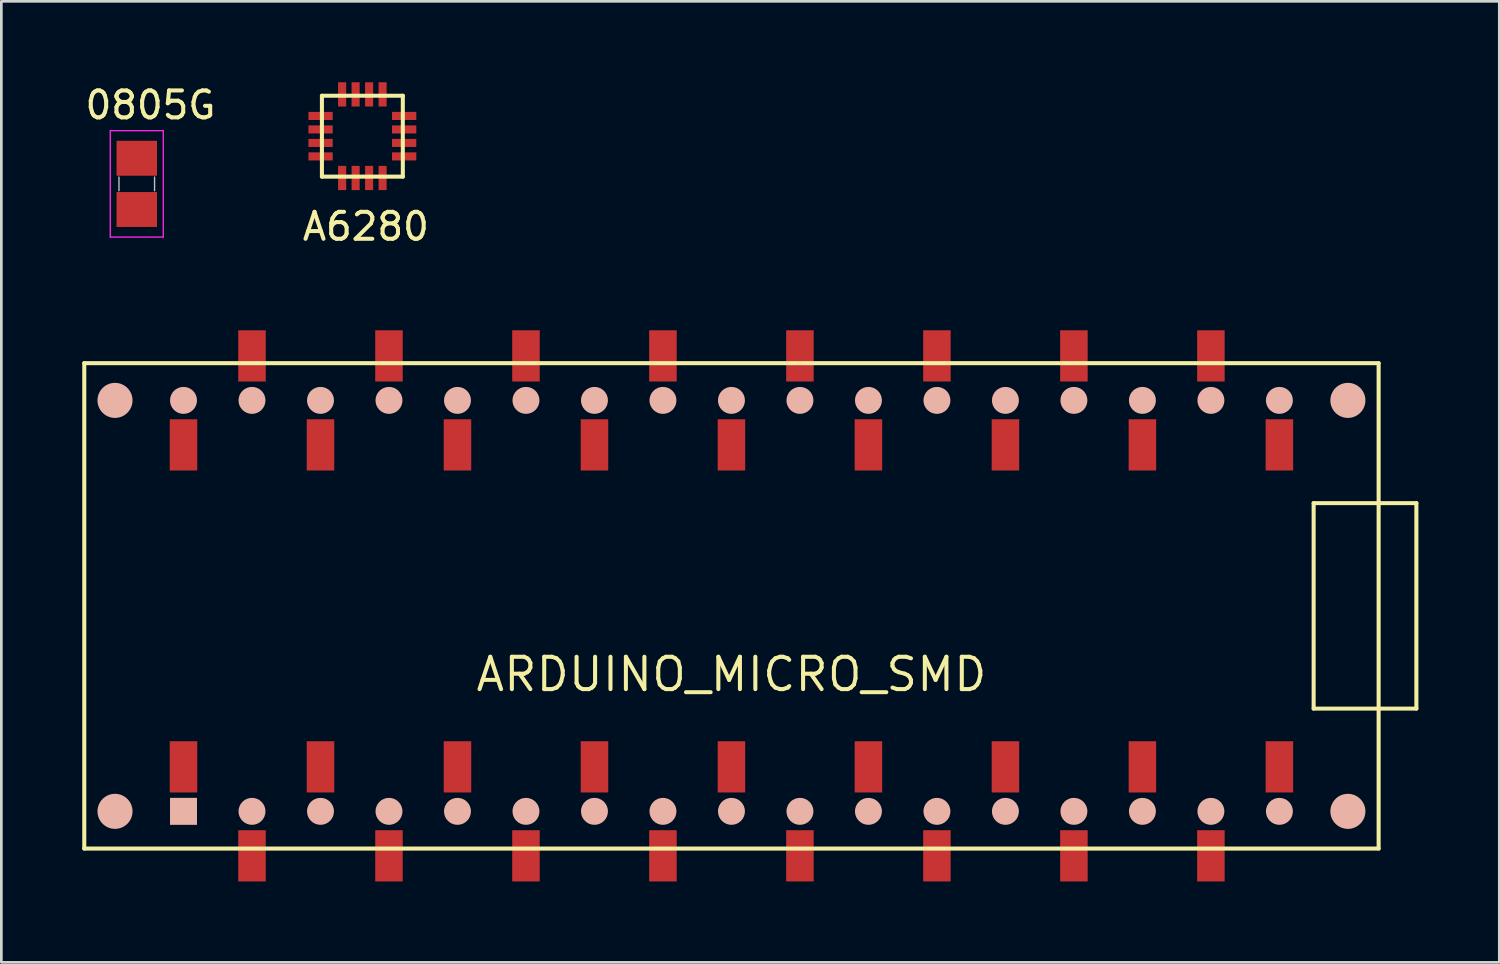
<source format=kicad_pcb>
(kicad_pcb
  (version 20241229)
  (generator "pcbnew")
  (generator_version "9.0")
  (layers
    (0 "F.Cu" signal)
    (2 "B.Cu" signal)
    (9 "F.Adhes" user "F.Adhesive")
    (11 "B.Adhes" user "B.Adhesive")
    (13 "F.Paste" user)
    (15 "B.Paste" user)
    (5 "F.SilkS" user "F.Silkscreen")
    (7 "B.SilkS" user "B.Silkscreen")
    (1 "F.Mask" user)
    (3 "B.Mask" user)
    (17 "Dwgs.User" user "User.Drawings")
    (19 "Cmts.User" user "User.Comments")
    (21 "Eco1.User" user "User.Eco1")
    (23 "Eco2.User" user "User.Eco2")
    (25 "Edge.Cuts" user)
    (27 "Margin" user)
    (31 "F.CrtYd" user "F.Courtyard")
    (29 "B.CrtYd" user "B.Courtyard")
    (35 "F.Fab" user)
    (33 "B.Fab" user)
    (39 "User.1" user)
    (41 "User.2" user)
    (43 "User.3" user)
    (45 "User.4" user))
  (footprint "ARDUINO_MICRO_SMD"
    (layer "F.Cu")
    (at 24.075 19.418)
    (property "Reference" "ARDUINO_MICRO_SMD" (at 0 2.54 0) (layer "F.SilkS") (effects (font (size 1.2 1.2) (thickness 0.15))))
    (attr through_hole)
    (fp_line (start -24 -9) (end -24 9) (stroke (width 0.15) (type solid)) (layer "F.SilkS"))
    (fp_line (start -24 -9) (end 24 -9) (stroke (width 0.15) (type solid)) (layer "F.SilkS"))
    (fp_line (start -24 9) (end 24 9) (stroke (width 0.15) (type solid)) (layer "F.SilkS"))
    (fp_line (start 21.59 3.81) (end 21.59 -3.81) (stroke (width 0.15) (type solid)) (layer "F.SilkS"))
    (fp_line (start 24 9) (end 24 -9) (stroke (width 0.15) (type solid)) (layer "F.SilkS"))
    (fp_line (start 25.4 -3.81) (end 21.59 -3.81) (stroke (width 0.15) (type solid)) (layer "F.SilkS"))
    (fp_line (start 25.4 -3.81) (end 25.4 3.81) (stroke (width 0.15) (type solid)) (layer "F.SilkS"))
    (fp_line (start 25.4 3.81) (end 21.59 3.81) (stroke (width 0.15) (type solid)) (layer "F.SilkS"))
    (pad "" smd circle (at -22.86 -7.62 180) (size 1.3 1.3) (layers "B.SilkS"))
    (pad "" smd circle (at -22.86 7.62) (size 1.3 1.3) (layers "B.SilkS"))
    (pad "" smd circle (at -20.32 -7.62 180) (size 1 1) (layers "B.SilkS"))
    (pad "" smd rect (at -20.32 7.62) (size 1 1) (layers "B.SilkS"))
    (pad "" smd circle (at -17.78 -7.62 180) (size 1 1) (layers "B.SilkS"))
    (pad "" smd circle (at -17.78 7.62) (size 1 1) (layers "B.SilkS"))
    (pad "" smd circle (at -15.24 -7.62 180) (size 1 1) (layers "B.SilkS"))
    (pad "" smd circle (at -15.24 7.62) (size 1 1) (layers "B.SilkS"))
    (pad "" smd circle (at -12.7 -7.62 180) (size 1 1) (layers "B.SilkS"))
    (pad "" smd circle (at -12.7 7.62) (size 1 1) (layers "B.SilkS"))
    (pad "" smd circle (at -10.16 -7.62 180) (size 1 1) (layers "B.SilkS"))
    (pad "" smd circle (at -10.16 7.62) (size 1 1) (layers "B.SilkS"))
    (pad "" smd circle (at -7.62 -7.62 180) (size 1 1) (layers "B.SilkS"))
    (pad "" smd circle (at -7.62 7.62) (size 1 1) (layers "B.SilkS"))
    (pad "" smd circle (at -5.08 -7.62 180) (size 1 1) (layers "B.SilkS"))
    (pad "" smd circle (at -5.08 7.62) (size 1 1) (layers "B.SilkS"))
    (pad "" smd circle (at -2.54 -7.62 180) (size 1 1) (layers "B.SilkS"))
    (pad "" smd circle (at -2.54 7.62) (size 1 1) (layers "B.SilkS"))
    (pad "" smd circle (at 0 -7.62 180) (size 1 1) (layers "B.SilkS"))
    (pad "" smd circle (at 0 7.62) (size 1 1) (layers "B.SilkS"))
    (pad "" smd circle (at 2.54 -7.62 180) (size 1 1) (layers "B.SilkS"))
    (pad "" smd circle (at 2.54 7.62) (size 1 1) (layers "B.SilkS"))
    (pad "" smd circle (at 5.08 -7.62 180) (size 1 1) (layers "B.SilkS"))
    (pad "" smd circle (at 5.08 7.62) (size 1 1) (layers "B.SilkS"))
    (pad "" smd circle (at 7.62 -7.62 180) (size 1 1) (layers "B.SilkS"))
    (pad "" smd circle (at 7.62 7.62) (size 1 1) (layers "B.SilkS"))
    (pad "" smd circle (at 10.16 -7.62 180) (size 1 1) (layers "B.SilkS"))
    (pad "" smd circle (at 10.16 7.62) (size 1 1) (layers "B.SilkS"))
    (pad "" smd circle (at 12.7 -7.62 180) (size 1 1) (layers "B.SilkS"))
    (pad "" smd circle (at 12.7 7.62) (size 1 1) (layers "B.SilkS"))
    (pad "" smd circle (at 15.24 -7.62 180) (size 1 1) (layers "B.SilkS"))
    (pad "" smd circle (at 15.24 7.62) (size 1 1) (layers "B.SilkS"))
    (pad "" smd circle (at 17.78 -7.62 180) (size 1 1) (layers "B.SilkS"))
    (pad "" smd circle (at 17.78 7.62) (size 1 1) (layers "B.SilkS"))
    (pad "" smd circle (at 20.32 -7.62 180) (size 1 1) (layers "B.SilkS"))
    (pad "" smd circle (at 20.32 7.62) (size 1 1) (layers "B.SilkS"))
    (pad "" smd circle (at 22.86 -7.62 180) (size 1.3 1.3) (layers "B.SilkS"))
    (pad "" smd circle (at 22.86 7.62) (size 1.3 1.3) (layers "B.SilkS"))
    (pad "1" smd rect (at -20.32 5.97) (size 1.02 1.9) (layers "F.Cu" "F.Mask" "F.Paste"))
    (pad "2" smd rect (at -17.78 9.27) (size 1.02 1.9) (layers "F.Cu" "F.Mask" "F.Paste"))
    (pad "3" smd rect (at -15.24 5.97) (size 1.02 1.9) (layers "F.Cu" "F.Mask" "F.Paste"))
    (pad "4" smd rect (at -12.7 9.27) (size 1.02 1.9) (layers "F.Cu" "F.Mask" "F.Paste"))
    (pad "5" smd rect (at -10.16 5.97) (size 1.02 1.9) (layers "F.Cu" "F.Mask" "F.Paste"))
    (pad "6" smd rect (at -7.62 9.27) (size 1.02 1.9) (layers "F.Cu" "F.Mask" "F.Paste"))
    (pad "7" smd rect (at -5.08 5.97) (size 1.02 1.9) (layers "F.Cu" "F.Mask" "F.Paste"))
    (pad "8" smd rect (at -2.54 9.27) (size 1.02 1.9) (layers "F.Cu" "F.Mask" "F.Paste"))
    (pad "9" smd rect (at 0 5.97) (size 1.02 1.9) (layers "F.Cu" "F.Mask" "F.Paste"))
    (pad "10" smd rect (at 2.54 9.27) (size 1.02 1.9) (layers "F.Cu" "F.Mask" "F.Paste"))
    (pad "11" smd rect (at 5.08 5.97) (size 1.02 1.9) (layers "F.Cu" "F.Mask" "F.Paste"))
    (pad "12" smd rect (at 7.62 9.27) (size 1.02 1.9) (layers "F.Cu" "F.Mask" "F.Paste"))
    (pad "13" smd rect (at 10.16 5.97) (size 1.02 1.9) (layers "F.Cu" "F.Mask" "F.Paste"))
    (pad "14" smd rect (at 12.7 9.27) (size 1.02 1.9) (layers "F.Cu" "F.Mask" "F.Paste"))
    (pad "15" smd rect (at 15.24 5.97) (size 1.02 1.9) (layers "F.Cu" "F.Mask" "F.Paste"))
    (pad "16" smd rect (at 17.78 9.27) (size 1.02 1.9) (layers "F.Cu" "F.Mask" "F.Paste"))
    (pad "17" smd rect (at 20.32 5.97) (size 1.02 1.9) (layers "F.Cu" "F.Mask" "F.Paste"))
    (pad "18" smd rect (at 20.32 -5.97 180) (size 1.02 1.9) (layers "F.Cu" "F.Mask" "F.Paste"))
    (pad "19" smd rect (at 17.78 -9.27 180) (size 1.02 1.9) (layers "F.Cu" "F.Mask" "F.Paste"))
    (pad "20" smd rect (at 15.24 -5.97 180) (size 1.02 1.9) (layers "F.Cu" "F.Mask" "F.Paste"))
    (pad "21" smd rect (at 12.7 -9.27 180) (size 1.02 1.9) (layers "F.Cu" "F.Mask" "F.Paste"))
    (pad "22" smd rect (at 10.16 -5.97 180) (size 1.02 1.9) (layers "F.Cu" "F.Mask" "F.Paste"))
    (pad "23" smd rect (at 7.62 -9.27 180) (size 1.02 1.9) (layers "F.Cu" "F.Mask" "F.Paste"))
    (pad "24" smd rect (at 5.08 -5.97 180) (size 1.02 1.9) (layers "F.Cu" "F.Mask" "F.Paste"))
    (pad "25" smd rect (at 2.54 -9.27 180) (size 1.02 1.9) (layers "F.Cu" "F.Mask" "F.Paste"))
    (pad "26" smd rect (at 0 -5.97 180) (size 1.02 1.9) (layers "F.Cu" "F.Mask" "F.Paste"))
    (pad "27" smd rect (at -2.54 -9.27 180) (size 1.02 1.9) (layers "F.Cu" "F.Mask" "F.Paste"))
    (pad "28" smd rect (at -5.08 -5.97 180) (size 1.02 1.9) (layers "F.Cu" "F.Mask" "F.Paste"))
    (pad "29" smd rect (at -7.62 -9.27 180) (size 1.02 1.9) (layers "F.Cu" "F.Mask" "F.Paste"))
    (pad "30" smd rect (at -10.16 -5.97 180) (size 1.02 1.9) (layers "F.Cu" "F.Mask" "F.Paste"))
    (pad "31" smd rect (at -12.7 -9.27 180) (size 1.02 1.9) (layers "F.Cu" "F.Mask" "F.Paste"))
    (pad "32" smd rect (at -15.24 -5.97 180) (size 1.02 1.9) (layers "F.Cu" "F.Mask" "F.Paste"))
    (pad "33" smd rect (at -17.78 -9.27 180) (size 1.02 1.9) (layers "F.Cu" "F.Mask" "F.Paste"))
    (pad "34" smd rect (at -20.32 -5.97 180) (size 1.02 1.9) (layers "F.Cu" "F.Mask" "F.Paste")))
  (footprint "A6280"
    (layer "F.Cu")
    (at 10.388 2)
    (property "Reference" "A6280" (at 0.13 3.35 0) (layer "F.SilkS") (effects (font (size 1 1) (thickness 0.15))))
    (attr through_hole)
    (fp_line (start -1.5 -1.5) (end 1.5 -1.5) (stroke (width 0.15) (type solid)) (layer "F.SilkS"))
    (fp_line (start -1.5 1.5) (end -1.5 -1.5) (stroke (width 0.15) (type solid)) (layer "F.SilkS"))
    (fp_line (start 1.5 -1.5) (end 1.5 1.5) (stroke (width 0.15) (type solid)) (layer "F.SilkS"))
    (fp_line (start 1.5 1.5) (end -1.5 1.5) (stroke (width 0.15) (type solid)) (layer "F.SilkS"))
    (pad "1" smd rect (at -1.55 -0.75) (size 0.9 0.3) (layers "F.Cu" "F.Mask" "F.Paste"))
    (pad "2" smd rect (at -1.55 -0.25) (size 0.9 0.3) (layers "F.Cu" "F.Mask" "F.Paste"))
    (pad "3" smd rect (at -1.55 0.25) (size 0.9 0.3) (layers "F.Cu" "F.Mask" "F.Paste"))
    (pad "4" smd rect (at -1.55 0.75) (size 0.9 0.3) (layers "F.Cu" "F.Mask" "F.Paste"))
    (pad "5" smd rect (at -0.75 1.55) (size 0.3 0.9) (layers "F.Cu" "F.Mask" "F.Paste"))
    (pad "6" smd rect (at -0.25 1.55) (size 0.3 0.9) (layers "F.Cu" "F.Mask" "F.Paste"))
    (pad "7" smd rect (at 0.25 1.55) (size 0.3 0.9) (layers "F.Cu" "F.Mask" "F.Paste"))
    (pad "8" smd rect (at 0.75 1.55) (size 0.3 0.9) (layers "F.Cu" "F.Mask" "F.Paste"))
    (pad "9" smd rect (at 1.55 0.75) (size 0.9 0.3) (layers "F.Cu" "F.Mask" "F.Paste"))
    (pad "10" smd rect (at 1.55 0.25) (size 0.9 0.3) (layers "F.Cu" "F.Mask" "F.Paste"))
    (pad "11" smd rect (at 1.55 -0.25) (size 0.9 0.3) (layers "F.Cu" "F.Mask" "F.Paste"))
    (pad "12" smd rect (at 1.55 -0.75) (size 0.9 0.3) (layers "F.Cu" "F.Mask" "F.Paste"))
    (pad "13" smd rect (at 0.75 -1.55) (size 0.3 0.9) (layers "F.Cu" "F.Mask" "F.Paste"))
    (pad "14" smd rect (at 0.25 -1.55) (size 0.3 0.9) (layers "F.Cu" "F.Mask" "F.Paste"))
    (pad "15" smd rect (at -0.25 -1.55) (size 0.3 0.9) (layers "F.Cu" "F.Mask" "F.Paste"))
    (pad "16" smd rect (at -0.75 -1.55) (size 0.3 0.9) (layers "F.Cu" "F.Mask" "F.Paste")))
  (footprint "0805G"
    (layer "F.Cu")
    (at 2.022 3.769)
    (property "Reference" "0805G" (at 0.508 -2.921 0) (layer "F.SilkS") (effects (font (size 1 1) (thickness 0.15))))
    (attr through_hole)
    (fp_line (start -0.66 -0.254) (end -0.66 0.254) (stroke (width 0.05) (type solid)) (layer "Dwgs.User"))
    (fp_line (start 0.66 -0.254) (end 0.66 0.254) (stroke (width 0.05) (type solid)) (layer "Dwgs.User"))
    (fp_line (start -0.983 -1.973) (end -0.983 1.973) (stroke (width 0.05) (type solid)) (layer "F.CrtYd"))
    (fp_line (start 0.983 -1.973) (end -0.983 -1.973) (stroke (width 0.05) (type solid)) (layer "F.CrtYd"))
    (fp_line (start 0.983 -1.973) (end 0.983 1.973) (stroke (width 0.05) (type solid)) (layer "F.CrtYd"))
    (fp_line (start 0.983 1.973) (end -0.983 1.973) (stroke (width 0.05) (type solid)) (layer "F.CrtYd"))
    (pad "1" smd rect (at 0 -0.95) (size 1.5 1.295) (layers "F.Cu" "F.Mask" "F.Paste"))
    (pad "2" smd rect (at 0 0.95) (size 1.5 1.295) (layers "F.Cu" "F.Mask" "F.Paste")))
  (gr_rect
    (start -3 -3)
    (end 52.55 32.638)
    (stroke (width 0.1) (type default))
    (fill no)
    (layer "Edge.Cuts")))
</source>
